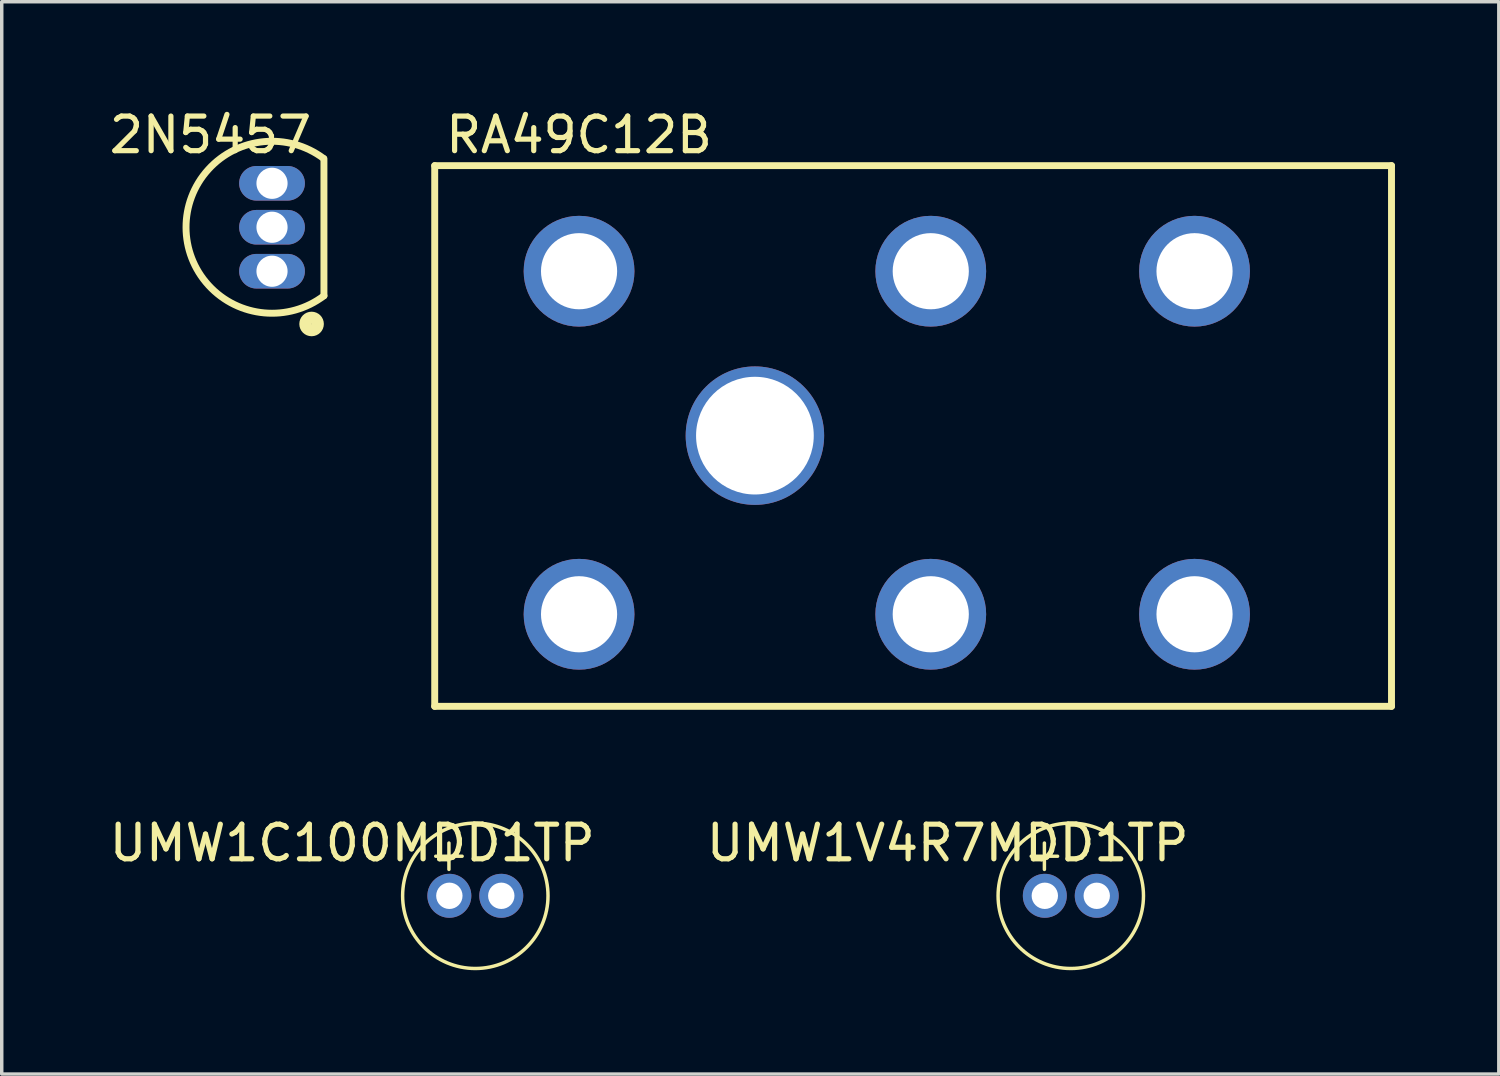
<source format=kicad_pcb>
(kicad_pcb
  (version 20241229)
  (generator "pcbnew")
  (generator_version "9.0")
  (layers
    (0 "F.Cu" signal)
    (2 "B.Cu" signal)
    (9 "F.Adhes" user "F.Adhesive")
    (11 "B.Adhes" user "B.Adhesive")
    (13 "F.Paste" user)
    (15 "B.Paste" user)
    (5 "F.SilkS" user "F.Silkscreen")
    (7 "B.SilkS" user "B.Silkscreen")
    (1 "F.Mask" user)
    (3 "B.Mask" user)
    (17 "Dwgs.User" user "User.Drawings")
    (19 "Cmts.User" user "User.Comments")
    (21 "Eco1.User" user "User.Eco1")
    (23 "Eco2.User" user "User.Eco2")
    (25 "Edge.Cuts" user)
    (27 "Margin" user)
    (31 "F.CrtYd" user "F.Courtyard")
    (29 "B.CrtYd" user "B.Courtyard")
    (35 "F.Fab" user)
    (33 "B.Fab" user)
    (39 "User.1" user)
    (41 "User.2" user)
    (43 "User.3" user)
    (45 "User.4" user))
  (footprint "UMW1V4R7MDD1TP"
    (layer "F.Cu")
    (at 27.883 22.828)
    (property "Reference" "UMW1V4R7MDD1TP" (at -3.556 -1.524 0) (layer "F.SilkS") (effects (font (size 1 1) (thickness 0.15))))
    (attr through_hole)
    (fp_line (start -0.762 -1.524) (end -0.762 -0.762) (stroke (width 0.1) (type solid)) (layer "F.SilkS"))
    (fp_line (start -0.381 -1.143) (end -1.143 -1.143) (stroke (width 0.1) (type solid)) (layer "F.SilkS"))
    (fp_circle (center 0 0) (end 2.1 0) (stroke (width 0.1) (type solid)) (fill no) (layer "F.SilkS"))
    (pad "1" thru_hole circle (at -0.75 0) (size 1.27 1.27) (drill 0.762) (layers "*.Cu" "*.Mask"))
    (pad "2" thru_hole circle (at 0.75 0) (size 1.27 1.27) (drill 0.762) (layers "*.Cu" "*.Mask")))
  (footprint "RA49C12B"
    (layer "F.Cu")
    (at 13.678 4.785)
    (property "Reference" "RA49C12B" (at 0 -3.937 0) (layer "F.SilkS") (effects (font (size 1 1) (thickness 0.15))))
    (attr through_hole)
    (fp_line (start -4.17 -3.05) (end -4.17 12.57) (stroke (width 0.2) (type solid)) (layer "F.SilkS"))
    (fp_line (start -4.17 -3.05) (end 23.47 -3.05) (stroke (width 0.2) (type solid)) (layer "F.SilkS"))
    (fp_line (start -4.17 12.57) (end 23.47 12.57) (stroke (width 0.2) (type solid)) (layer "F.SilkS"))
    (fp_line (start 23.47 -3.05) (end 23.47 12.57) (stroke (width 0.2) (type solid)) (layer "F.SilkS"))
    (pad "" np_thru_hole circle (at 5.08 4.75) (size 4 4) (drill 3.4) (layers "*.Cu" "*.Mask"))
    (pad "" thru_hole circle (at 17.78 9.91) (size 3.2 3.2) (drill 2.2) (layers "*.Cu" "*.Mask"))
    (pad "1" thru_hole circle (at 0 0) (size 3.2 3.2) (drill 2.2) (layers "*.Cu" "*.Mask"))
    (pad "2" thru_hole circle (at 10.16 0) (size 3.2 3.2) (drill 2.2) (layers "*.Cu" "*.Mask"))
    (pad "3" thru_hole circle (at 17.78 0) (size 3.2 3.2) (drill 2.2) (layers "*.Cu" "*.Mask"))
    (pad "4" thru_hole circle (at 0 9.91) (size 3.2 3.2) (drill 2.2) (layers "*.Cu" "*.Mask"))
    (pad "5" thru_hole circle (at 10.16 9.91) (size 3.2 3.2) (drill 2.2) (layers "*.Cu" "*.Mask")))
  (footprint "UMW1C100MDD1TP"
    (layer "F.Cu")
    (at 10.681 22.828)
    (property "Reference" "UMW1C100MDD1TP" (at -3.556 -1.524 0) (layer "F.SilkS") (effects (font (size 1 1) (thickness 0.15))))
    (attr through_hole)
    (fp_line (start -0.762 -1.524) (end -0.762 -0.762) (stroke (width 0.1) (type solid)) (layer "F.SilkS"))
    (fp_line (start -0.381 -1.143) (end -1.143 -1.143) (stroke (width 0.1) (type solid)) (layer "F.SilkS"))
    (fp_circle (center 0 0) (end 2.1 0) (stroke (width 0.1) (type solid)) (fill no) (layer "F.SilkS"))
    (pad "1" thru_hole circle (at -0.75 0) (size 1.27 1.27) (drill 0.762) (layers "*.Cu" "*.Mask"))
    (pad "2" thru_hole circle (at 0.75 0) (size 1.27 1.27) (drill 0.762) (layers "*.Cu" "*.Mask")))
  (footprint "2N5457"
    (layer "F.Cu")
    (at 4.808 3.515)
    (property "Reference" "2N5457" (at -1.778 -2.667 0) (layer "F.SilkS") (effects (font (size 1 1) (thickness 0.15))))
    (attr through_hole)
    (fp_line (start 1.5 -1.98) (end 1.5 1.98) (stroke (width 0.2) (type solid)) (layer "F.SilkS"))
    (fp_arc (start 1.5 1.98) (mid -2.484021 0.00636) (end 1.489842 -1.987655) (stroke (width 0.2) (type solid)) (layer "F.SilkS"))
    (fp_circle (center 1.143 2.794) (end 1.27 2.921) (stroke (width 0.35) (type solid)) (fill no) (layer "F.SilkS"))
    (pad "1" thru_hole oval (at 0 1.27) (size 1.9 1) (drill 0.9) (layers "*.Cu" "*.Mask"))
    (pad "2" thru_hole oval (at 0 0) (size 1.9 1) (drill 0.9) (layers "*.Cu" "*.Mask"))
    (pad "3" thru_hole oval (at 0 -1.27) (size 1.9 1) (drill 0.9) (layers "*.Cu" "*.Mask")))
  (gr_rect
    (start -3 -3)
    (end 40.248 27.977)
    (stroke (width 0.1) (type default))
    (fill no)
    (layer "Edge.Cuts")))
</source>
